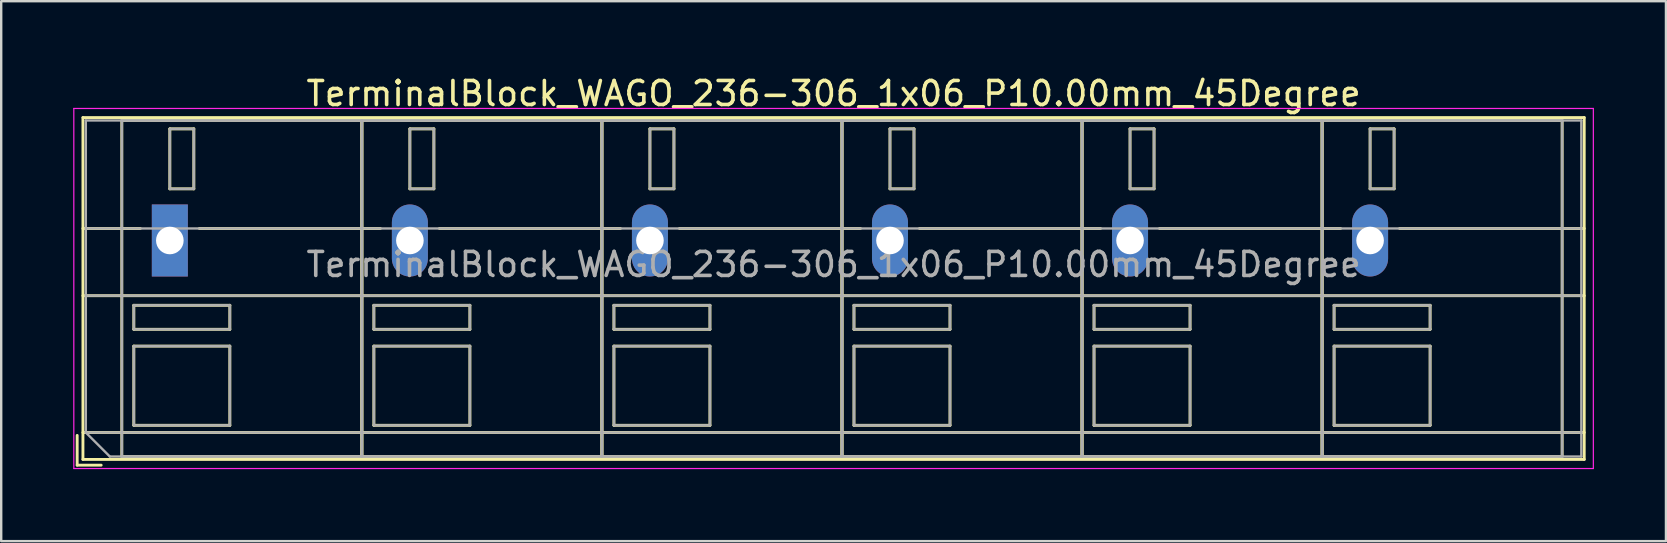
<source format=kicad_pcb>
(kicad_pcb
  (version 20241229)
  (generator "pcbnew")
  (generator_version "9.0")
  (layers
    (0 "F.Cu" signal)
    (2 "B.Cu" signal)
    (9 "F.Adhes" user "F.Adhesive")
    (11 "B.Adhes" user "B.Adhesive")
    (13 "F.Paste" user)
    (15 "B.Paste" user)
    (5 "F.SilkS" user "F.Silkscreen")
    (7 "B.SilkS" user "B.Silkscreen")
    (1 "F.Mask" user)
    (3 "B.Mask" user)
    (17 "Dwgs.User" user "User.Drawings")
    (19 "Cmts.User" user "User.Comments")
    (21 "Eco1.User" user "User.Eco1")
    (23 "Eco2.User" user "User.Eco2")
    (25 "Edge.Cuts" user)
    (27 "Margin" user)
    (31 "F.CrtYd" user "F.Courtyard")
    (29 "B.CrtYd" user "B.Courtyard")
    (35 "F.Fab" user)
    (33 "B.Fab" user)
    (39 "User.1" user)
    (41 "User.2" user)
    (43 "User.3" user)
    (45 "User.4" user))
  (footprint "TerminalBlock_WAGO_236-306_1x06_P10.00mm_45Degree"
    (layer "F.Cu")
    (at 4.025 6.968)
    (property "Reference" "TerminalBlock_WAGO_236-306_1x06_P10.00mm_45Degree" (at 27.65 -6.12 0) (layer "F.SilkS") (effects (font (size 1 1) (thickness 0.15))))
    (attr through_hole)
    (fp_line (start -3.86 8.12) (end -3.86 9.36) (stroke (width 0.12) (type solid)) (layer "F.SilkS"))
    (fp_line (start -3.86 9.36) (end -2.86 9.36) (stroke (width 0.12) (type solid)) (layer "F.SilkS"))
    (fp_line (start -3.62 -5.12) (end -3.62 9.12) (stroke (width 0.12) (type solid)) (layer "F.SilkS"))
    (fp_line (start -3.62 -5.12) (end 58.92 -5.12) (stroke (width 0.12) (type solid)) (layer "F.SilkS"))
    (fp_line (start -3.62 -0.5) (end -1.23 -0.5) (stroke (width 0.12) (type solid)) (layer "F.SilkS"))
    (fp_line (start -3.62 2.3) (end 58.92 2.3) (stroke (width 0.12) (type solid)) (layer "F.SilkS"))
    (fp_line (start -3.62 8) (end 58.92 8) (stroke (width 0.12) (type solid)) (layer "F.SilkS"))
    (fp_line (start -3.62 9.12) (end 58.92 9.12) (stroke (width 0.12) (type solid)) (layer "F.SilkS"))
    (fp_line (start -2 -5) (end -2 9) (stroke (width 0.12) (type solid)) (layer "F.SilkS"))
    (fp_line (start -2 -5) (end 8 -5) (stroke (width 0.12) (type solid)) (layer "F.SilkS"))
    (fp_line (start -2 9) (end 8 9) (stroke (width 0.12) (type solid)) (layer "F.SilkS"))
    (fp_line (start -1.5 2.7) (end -1.5 3.7) (stroke (width 0.12) (type solid)) (layer "F.SilkS"))
    (fp_line (start -1.5 2.7) (end 2.5 2.7) (stroke (width 0.12) (type solid)) (layer "F.SilkS"))
    (fp_line (start -1.5 3.7) (end 2.5 3.7) (stroke (width 0.12) (type solid)) (layer "F.SilkS"))
    (fp_line (start -1.5 4.4) (end -1.5 7.7) (stroke (width 0.12) (type solid)) (layer "F.SilkS"))
    (fp_line (start -1.5 4.4) (end 2.5 4.4) (stroke (width 0.12) (type solid)) (layer "F.SilkS"))
    (fp_line (start -1.5 7.7) (end 2.5 7.7) (stroke (width 0.12) (type solid)) (layer "F.SilkS"))
    (fp_line (start 0 -4.65) (end 0 -2.151) (stroke (width 0.12) (type solid)) (layer "F.SilkS"))
    (fp_line (start 0 -4.65) (end 1 -4.65) (stroke (width 0.12) (type solid)) (layer "F.SilkS"))
    (fp_line (start 0 -2.151) (end 1 -2.151) (stroke (width 0.12) (type solid)) (layer "F.SilkS"))
    (fp_line (start 1 -4.65) (end 1 -2.151) (stroke (width 0.12) (type solid)) (layer "F.SilkS"))
    (fp_line (start 1.23 -0.5) (end 8.77 -0.5) (stroke (width 0.12) (type solid)) (layer "F.SilkS"))
    (fp_line (start 2.5 2.7) (end 2.5 3.7) (stroke (width 0.12) (type solid)) (layer "F.SilkS"))
    (fp_line (start 2.5 4.4) (end 2.5 7.7) (stroke (width 0.12) (type solid)) (layer "F.SilkS"))
    (fp_line (start 8 -5) (end 8 9) (stroke (width 0.12) (type solid)) (layer "F.SilkS"))
    (fp_line (start 8 -5) (end 8 9) (stroke (width 0.12) (type solid)) (layer "F.SilkS"))
    (fp_line (start 8 -5) (end 18 -5) (stroke (width 0.12) (type solid)) (layer "F.SilkS"))
    (fp_line (start 8 9) (end 18 9) (stroke (width 0.12) (type solid)) (layer "F.SilkS"))
    (fp_line (start 8.5 2.7) (end 8.5 3.7) (stroke (width 0.12) (type solid)) (layer "F.SilkS"))
    (fp_line (start 8.5 2.7) (end 12.5 2.7) (stroke (width 0.12) (type solid)) (layer "F.SilkS"))
    (fp_line (start 8.5 3.7) (end 12.5 3.7) (stroke (width 0.12) (type solid)) (layer "F.SilkS"))
    (fp_line (start 8.5 4.4) (end 8.5 7.7) (stroke (width 0.12) (type solid)) (layer "F.SilkS"))
    (fp_line (start 8.5 4.4) (end 12.5 4.4) (stroke (width 0.12) (type solid)) (layer "F.SilkS"))
    (fp_line (start 8.5 7.7) (end 12.5 7.7) (stroke (width 0.12) (type solid)) (layer "F.SilkS"))
    (fp_line (start 10 -4.65) (end 10 -2.151) (stroke (width 0.12) (type solid)) (layer "F.SilkS"))
    (fp_line (start 10 -4.65) (end 11 -4.65) (stroke (width 0.12) (type solid)) (layer "F.SilkS"))
    (fp_line (start 10 -2.151) (end 11 -2.151) (stroke (width 0.12) (type solid)) (layer "F.SilkS"))
    (fp_line (start 11 -4.65) (end 11 -2.151) (stroke (width 0.12) (type solid)) (layer "F.SilkS"))
    (fp_line (start 11.23 -0.5) (end 18.77 -0.5) (stroke (width 0.12) (type solid)) (layer "F.SilkS"))
    (fp_line (start 12.5 2.7) (end 12.5 3.7) (stroke (width 0.12) (type solid)) (layer "F.SilkS"))
    (fp_line (start 12.5 4.4) (end 12.5 7.7) (stroke (width 0.12) (type solid)) (layer "F.SilkS"))
    (fp_line (start 18 -5) (end 18 9) (stroke (width 0.12) (type solid)) (layer "F.SilkS"))
    (fp_line (start 18 -5) (end 18 9) (stroke (width 0.12) (type solid)) (layer "F.SilkS"))
    (fp_line (start 18 -5) (end 28 -5) (stroke (width 0.12) (type solid)) (layer "F.SilkS"))
    (fp_line (start 18 9) (end 28 9) (stroke (width 0.12) (type solid)) (layer "F.SilkS"))
    (fp_line (start 18.5 2.7) (end 18.5 3.7) (stroke (width 0.12) (type solid)) (layer "F.SilkS"))
    (fp_line (start 18.5 2.7) (end 22.5 2.7) (stroke (width 0.12) (type solid)) (layer "F.SilkS"))
    (fp_line (start 18.5 3.7) (end 22.5 3.7) (stroke (width 0.12) (type solid)) (layer "F.SilkS"))
    (fp_line (start 18.5 4.4) (end 18.5 7.7) (stroke (width 0.12) (type solid)) (layer "F.SilkS"))
    (fp_line (start 18.5 4.4) (end 22.5 4.4) (stroke (width 0.12) (type solid)) (layer "F.SilkS"))
    (fp_line (start 18.5 7.7) (end 22.5 7.7) (stroke (width 0.12) (type solid)) (layer "F.SilkS"))
    (fp_line (start 20 -4.65) (end 20 -2.151) (stroke (width 0.12) (type solid)) (layer "F.SilkS"))
    (fp_line (start 20 -4.65) (end 21 -4.65) (stroke (width 0.12) (type solid)) (layer "F.SilkS"))
    (fp_line (start 20 -2.151) (end 21 -2.151) (stroke (width 0.12) (type solid)) (layer "F.SilkS"))
    (fp_line (start 21 -4.65) (end 21 -2.151) (stroke (width 0.12) (type solid)) (layer "F.SilkS"))
    (fp_line (start 21.23 -0.5) (end 28.77 -0.5) (stroke (width 0.12) (type solid)) (layer "F.SilkS"))
    (fp_line (start 22.5 2.7) (end 22.5 3.7) (stroke (width 0.12) (type solid)) (layer "F.SilkS"))
    (fp_line (start 22.5 4.4) (end 22.5 7.7) (stroke (width 0.12) (type solid)) (layer "F.SilkS"))
    (fp_line (start 28 -5) (end 28 9) (stroke (width 0.12) (type solid)) (layer "F.SilkS"))
    (fp_line (start 28 -5) (end 28 9) (stroke (width 0.12) (type solid)) (layer "F.SilkS"))
    (fp_line (start 28 -5) (end 38 -5) (stroke (width 0.12) (type solid)) (layer "F.SilkS"))
    (fp_line (start 28 9) (end 38 9) (stroke (width 0.12) (type solid)) (layer "F.SilkS"))
    (fp_line (start 28.5 2.7) (end 28.5 3.7) (stroke (width 0.12) (type solid)) (layer "F.SilkS"))
    (fp_line (start 28.5 2.7) (end 32.5 2.7) (stroke (width 0.12) (type solid)) (layer "F.SilkS"))
    (fp_line (start 28.5 3.7) (end 32.5 3.7) (stroke (width 0.12) (type solid)) (layer "F.SilkS"))
    (fp_line (start 28.5 4.4) (end 28.5 7.7) (stroke (width 0.12) (type solid)) (layer "F.SilkS"))
    (fp_line (start 28.5 4.4) (end 32.5 4.4) (stroke (width 0.12) (type solid)) (layer "F.SilkS"))
    (fp_line (start 28.5 7.7) (end 32.5 7.7) (stroke (width 0.12) (type solid)) (layer "F.SilkS"))
    (fp_line (start 30 -4.65) (end 30 -2.151) (stroke (width 0.12) (type solid)) (layer "F.SilkS"))
    (fp_line (start 30 -4.65) (end 31 -4.65) (stroke (width 0.12) (type solid)) (layer "F.SilkS"))
    (fp_line (start 30 -2.151) (end 31 -2.151) (stroke (width 0.12) (type solid)) (layer "F.SilkS"))
    (fp_line (start 31 -4.65) (end 31 -2.151) (stroke (width 0.12) (type solid)) (layer "F.SilkS"))
    (fp_line (start 31.23 -0.5) (end 38.77 -0.5) (stroke (width 0.12) (type solid)) (layer "F.SilkS"))
    (fp_line (start 32.5 2.7) (end 32.5 3.7) (stroke (width 0.12) (type solid)) (layer "F.SilkS"))
    (fp_line (start 32.5 4.4) (end 32.5 7.7) (stroke (width 0.12) (type solid)) (layer "F.SilkS"))
    (fp_line (start 38 -5) (end 38 9) (stroke (width 0.12) (type solid)) (layer "F.SilkS"))
    (fp_line (start 38 -5) (end 38 9) (stroke (width 0.12) (type solid)) (layer "F.SilkS"))
    (fp_line (start 38 -5) (end 48 -5) (stroke (width 0.12) (type solid)) (layer "F.SilkS"))
    (fp_line (start 38 9) (end 48 9) (stroke (width 0.12) (type solid)) (layer "F.SilkS"))
    (fp_line (start 38.5 2.7) (end 38.5 3.7) (stroke (width 0.12) (type solid)) (layer "F.SilkS"))
    (fp_line (start 38.5 2.7) (end 42.5 2.7) (stroke (width 0.12) (type solid)) (layer "F.SilkS"))
    (fp_line (start 38.5 3.7) (end 42.5 3.7) (stroke (width 0.12) (type solid)) (layer "F.SilkS"))
    (fp_line (start 38.5 4.4) (end 38.5 7.7) (stroke (width 0.12) (type solid)) (layer "F.SilkS"))
    (fp_line (start 38.5 4.4) (end 42.5 4.4) (stroke (width 0.12) (type solid)) (layer "F.SilkS"))
    (fp_line (start 38.5 7.7) (end 42.5 7.7) (stroke (width 0.12) (type solid)) (layer "F.SilkS"))
    (fp_line (start 40 -4.65) (end 40 -2.151) (stroke (width 0.12) (type solid)) (layer "F.SilkS"))
    (fp_line (start 40 -4.65) (end 41 -4.65) (stroke (width 0.12) (type solid)) (layer "F.SilkS"))
    (fp_line (start 40 -2.151) (end 41 -2.151) (stroke (width 0.12) (type solid)) (layer "F.SilkS"))
    (fp_line (start 41 -4.65) (end 41 -2.151) (stroke (width 0.12) (type solid)) (layer "F.SilkS"))
    (fp_line (start 41.23 -0.5) (end 48.77 -0.5) (stroke (width 0.12) (type solid)) (layer "F.SilkS"))
    (fp_line (start 42.5 2.7) (end 42.5 3.7) (stroke (width 0.12) (type solid)) (layer "F.SilkS"))
    (fp_line (start 42.5 4.4) (end 42.5 7.7) (stroke (width 0.12) (type solid)) (layer "F.SilkS"))
    (fp_line (start 48 -5) (end 48 9) (stroke (width 0.12) (type solid)) (layer "F.SilkS"))
    (fp_line (start 48 -5) (end 48 9) (stroke (width 0.12) (type solid)) (layer "F.SilkS"))
    (fp_line (start 48 -5) (end 58 -5) (stroke (width 0.12) (type solid)) (layer "F.SilkS"))
    (fp_line (start 48 9) (end 58 9) (stroke (width 0.12) (type solid)) (layer "F.SilkS"))
    (fp_line (start 48.5 2.7) (end 48.5 3.7) (stroke (width 0.12) (type solid)) (layer "F.SilkS"))
    (fp_line (start 48.5 2.7) (end 52.5 2.7) (stroke (width 0.12) (type solid)) (layer "F.SilkS"))
    (fp_line (start 48.5 3.7) (end 52.5 3.7) (stroke (width 0.12) (type solid)) (layer "F.SilkS"))
    (fp_line (start 48.5 4.4) (end 48.5 7.7) (stroke (width 0.12) (type solid)) (layer "F.SilkS"))
    (fp_line (start 48.5 4.4) (end 52.5 4.4) (stroke (width 0.12) (type solid)) (layer "F.SilkS"))
    (fp_line (start 48.5 7.7) (end 52.5 7.7) (stroke (width 0.12) (type solid)) (layer "F.SilkS"))
    (fp_line (start 50 -4.65) (end 50 -2.151) (stroke (width 0.12) (type solid)) (layer "F.SilkS"))
    (fp_line (start 50 -4.65) (end 51 -4.65) (stroke (width 0.12) (type solid)) (layer "F.SilkS"))
    (fp_line (start 50 -2.151) (end 51 -2.151) (stroke (width 0.12) (type solid)) (layer "F.SilkS"))
    (fp_line (start 51 -4.65) (end 51 -2.151) (stroke (width 0.12) (type solid)) (layer "F.SilkS"))
    (fp_line (start 51.23 -0.5) (end 58.92 -0.5) (stroke (width 0.12) (type solid)) (layer "F.SilkS"))
    (fp_line (start 52.5 2.7) (end 52.5 3.7) (stroke (width 0.12) (type solid)) (layer "F.SilkS"))
    (fp_line (start 52.5 4.4) (end 52.5 7.7) (stroke (width 0.12) (type solid)) (layer "F.SilkS"))
    (fp_line (start 58 -5) (end 58 9) (stroke (width 0.12) (type solid)) (layer "F.SilkS"))
    (fp_line (start 58.92 -5.12) (end 58.92 9.12) (stroke (width 0.12) (type solid)) (layer "F.SilkS"))
    (fp_line (start -4 -5.5) (end -4 9.5) (stroke (width 0.05) (type solid)) (layer "F.CrtYd"))
    (fp_line (start -4 9.5) (end 59.3 9.5) (stroke (width 0.05) (type solid)) (layer "F.CrtYd"))
    (fp_line (start 59.3 -5.5) (end -4 -5.5) (stroke (width 0.05) (type solid)) (layer "F.CrtYd"))
    (fp_line (start 59.3 9.5) (end 59.3 -5.5) (stroke (width 0.05) (type solid)) (layer "F.CrtYd"))
    (fp_line (start -3.5 -5) (end 58.8 -5) (stroke (width 0.1) (type solid)) (layer "F.Fab"))
    (fp_line (start -3.5 -0.5) (end 58.8 -0.5) (stroke (width 0.1) (type solid)) (layer "F.Fab"))
    (fp_line (start -3.5 2.3) (end 58.8 2.3) (stroke (width 0.1) (type solid)) (layer "F.Fab"))
    (fp_line (start -3.5 8) (end -3.5 -5) (stroke (width 0.1) (type solid)) (layer "F.Fab"))
    (fp_line (start -3.5 8) (end 58.8 8) (stroke (width 0.1) (type solid)) (layer "F.Fab"))
    (fp_line (start -2.5 9) (end -3.5 8) (stroke (width 0.1) (type solid)) (layer "F.Fab"))
    (fp_line (start -2 -5) (end -2 9) (stroke (width 0.1) (type solid)) (layer "F.Fab"))
    (fp_line (start -2 9) (end 8 9) (stroke (width 0.1) (type solid)) (layer "F.Fab"))
    (fp_line (start -1.5 2.7) (end -1.5 3.7) (stroke (width 0.1) (type solid)) (layer "F.Fab"))
    (fp_line (start -1.5 3.7) (end 2.5 3.7) (stroke (width 0.1) (type solid)) (layer "F.Fab"))
    (fp_line (start -1.5 4.4) (end -1.5 7.7) (stroke (width 0.1) (type solid)) (layer "F.Fab"))
    (fp_line (start -1.5 7.7) (end 2.5 7.7) (stroke (width 0.1) (type solid)) (layer "F.Fab"))
    (fp_line (start 0 -4.65) (end 0 -2.15) (stroke (width 0.1) (type solid)) (layer "F.Fab"))
    (fp_line (start 0 -2.15) (end 1 -2.15) (stroke (width 0.1) (type solid)) (layer "F.Fab"))
    (fp_line (start 1 -4.65) (end 0 -4.65) (stroke (width 0.1) (type solid)) (layer "F.Fab"))
    (fp_line (start 1 -2.15) (end 1 -4.65) (stroke (width 0.1) (type solid)) (layer "F.Fab"))
    (fp_line (start 2.5 2.7) (end -1.5 2.7) (stroke (width 0.1) (type solid)) (layer "F.Fab"))
    (fp_line (start 2.5 3.7) (end 2.5 2.7) (stroke (width 0.1) (type solid)) (layer "F.Fab"))
    (fp_line (start 2.5 4.4) (end -1.5 4.4) (stroke (width 0.1) (type solid)) (layer "F.Fab"))
    (fp_line (start 2.5 7.7) (end 2.5 4.4) (stroke (width 0.1) (type solid)) (layer "F.Fab"))
    (fp_line (start 8 -5) (end -2 -5) (stroke (width 0.1) (type solid)) (layer "F.Fab"))
    (fp_line (start 8 -5) (end 8 9) (stroke (width 0.1) (type solid)) (layer "F.Fab"))
    (fp_line (start 8 9) (end 8 -5) (stroke (width 0.1) (type solid)) (layer "F.Fab"))
    (fp_line (start 8 9) (end 18 9) (stroke (width 0.1) (type solid)) (layer "F.Fab"))
    (fp_line (start 8.5 2.7) (end 8.5 3.7) (stroke (width 0.1) (type solid)) (layer "F.Fab"))
    (fp_line (start 8.5 3.7) (end 12.5 3.7) (stroke (width 0.1) (type solid)) (layer "F.Fab"))
    (fp_line (start 8.5 4.4) (end 8.5 7.7) (stroke (width 0.1) (type solid)) (layer "F.Fab"))
    (fp_line (start 8.5 7.7) (end 12.5 7.7) (stroke (width 0.1) (type solid)) (layer "F.Fab"))
    (fp_line (start 10 -4.65) (end 10 -2.15) (stroke (width 0.1) (type solid)) (layer "F.Fab"))
    (fp_line (start 10 -2.15) (end 11 -2.15) (stroke (width 0.1) (type solid)) (layer "F.Fab"))
    (fp_line (start 11 -4.65) (end 10 -4.65) (stroke (width 0.1) (type solid)) (layer "F.Fab"))
    (fp_line (start 11 -2.15) (end 11 -4.65) (stroke (width 0.1) (type solid)) (layer "F.Fab"))
    (fp_line (start 12.5 2.7) (end 8.5 2.7) (stroke (width 0.1) (type solid)) (layer "F.Fab"))
    (fp_line (start 12.5 3.7) (end 12.5 2.7) (stroke (width 0.1) (type solid)) (layer "F.Fab"))
    (fp_line (start 12.5 4.4) (end 8.5 4.4) (stroke (width 0.1) (type solid)) (layer "F.Fab"))
    (fp_line (start 12.5 7.7) (end 12.5 4.4) (stroke (width 0.1) (type solid)) (layer "F.Fab"))
    (fp_line (start 18 -5) (end 8 -5) (stroke (width 0.1) (type solid)) (layer "F.Fab"))
    (fp_line (start 18 -5) (end 18 9) (stroke (width 0.1) (type solid)) (layer "F.Fab"))
    (fp_line (start 18 9) (end 18 -5) (stroke (width 0.1) (type solid)) (layer "F.Fab"))
    (fp_line (start 18 9) (end 28 9) (stroke (width 0.1) (type solid)) (layer "F.Fab"))
    (fp_line (start 18.5 2.7) (end 18.5 3.7) (stroke (width 0.1) (type solid)) (layer "F.Fab"))
    (fp_line (start 18.5 3.7) (end 22.5 3.7) (stroke (width 0.1) (type solid)) (layer "F.Fab"))
    (fp_line (start 18.5 4.4) (end 18.5 7.7) (stroke (width 0.1) (type solid)) (layer "F.Fab"))
    (fp_line (start 18.5 7.7) (end 22.5 7.7) (stroke (width 0.1) (type solid)) (layer "F.Fab"))
    (fp_line (start 20 -4.65) (end 20 -2.15) (stroke (width 0.1) (type solid)) (layer "F.Fab"))
    (fp_line (start 20 -2.15) (end 21 -2.15) (stroke (width 0.1) (type solid)) (layer "F.Fab"))
    (fp_line (start 21 -4.65) (end 20 -4.65) (stroke (width 0.1) (type solid)) (layer "F.Fab"))
    (fp_line (start 21 -2.15) (end 21 -4.65) (stroke (width 0.1) (type solid)) (layer "F.Fab"))
    (fp_line (start 22.5 2.7) (end 18.5 2.7) (stroke (width 0.1) (type solid)) (layer "F.Fab"))
    (fp_line (start 22.5 3.7) (end 22.5 2.7) (stroke (width 0.1) (type solid)) (layer "F.Fab"))
    (fp_line (start 22.5 4.4) (end 18.5 4.4) (stroke (width 0.1) (type solid)) (layer "F.Fab"))
    (fp_line (start 22.5 7.7) (end 22.5 4.4) (stroke (width 0.1) (type solid)) (layer "F.Fab"))
    (fp_line (start 28 -5) (end 18 -5) (stroke (width 0.1) (type solid)) (layer "F.Fab"))
    (fp_line (start 28 -5) (end 28 9) (stroke (width 0.1) (type solid)) (layer "F.Fab"))
    (fp_line (start 28 9) (end 28 -5) (stroke (width 0.1) (type solid)) (layer "F.Fab"))
    (fp_line (start 28 9) (end 38 9) (stroke (width 0.1) (type solid)) (layer "F.Fab"))
    (fp_line (start 28.5 2.7) (end 28.5 3.7) (stroke (width 0.1) (type solid)) (layer "F.Fab"))
    (fp_line (start 28.5 3.7) (end 32.5 3.7) (stroke (width 0.1) (type solid)) (layer "F.Fab"))
    (fp_line (start 28.5 4.4) (end 28.5 7.7) (stroke (width 0.1) (type solid)) (layer "F.Fab"))
    (fp_line (start 28.5 7.7) (end 32.5 7.7) (stroke (width 0.1) (type solid)) (layer "F.Fab"))
    (fp_line (start 30 -4.65) (end 30 -2.15) (stroke (width 0.1) (type solid)) (layer "F.Fab"))
    (fp_line (start 30 -2.15) (end 31 -2.15) (stroke (width 0.1) (type solid)) (layer "F.Fab"))
    (fp_line (start 31 -4.65) (end 30 -4.65) (stroke (width 0.1) (type solid)) (layer "F.Fab"))
    (fp_line (start 31 -2.15) (end 31 -4.65) (stroke (width 0.1) (type solid)) (layer "F.Fab"))
    (fp_line (start 32.5 2.7) (end 28.5 2.7) (stroke (width 0.1) (type solid)) (layer "F.Fab"))
    (fp_line (start 32.5 3.7) (end 32.5 2.7) (stroke (width 0.1) (type solid)) (layer "F.Fab"))
    (fp_line (start 32.5 4.4) (end 28.5 4.4) (stroke (width 0.1) (type solid)) (layer "F.Fab"))
    (fp_line (start 32.5 7.7) (end 32.5 4.4) (stroke (width 0.1) (type solid)) (layer "F.Fab"))
    (fp_line (start 38 -5) (end 28 -5) (stroke (width 0.1) (type solid)) (layer "F.Fab"))
    (fp_line (start 38 -5) (end 38 9) (stroke (width 0.1) (type solid)) (layer "F.Fab"))
    (fp_line (start 38 9) (end 38 -5) (stroke (width 0.1) (type solid)) (layer "F.Fab"))
    (fp_line (start 38 9) (end 48 9) (stroke (width 0.1) (type solid)) (layer "F.Fab"))
    (fp_line (start 38.5 2.7) (end 38.5 3.7) (stroke (width 0.1) (type solid)) (layer "F.Fab"))
    (fp_line (start 38.5 3.7) (end 42.5 3.7) (stroke (width 0.1) (type solid)) (layer "F.Fab"))
    (fp_line (start 38.5 4.4) (end 38.5 7.7) (stroke (width 0.1) (type solid)) (layer "F.Fab"))
    (fp_line (start 38.5 7.7) (end 42.5 7.7) (stroke (width 0.1) (type solid)) (layer "F.Fab"))
    (fp_line (start 40 -4.65) (end 40 -2.15) (stroke (width 0.1) (type solid)) (layer "F.Fab"))
    (fp_line (start 40 -2.15) (end 41 -2.15) (stroke (width 0.1) (type solid)) (layer "F.Fab"))
    (fp_line (start 41 -4.65) (end 40 -4.65) (stroke (width 0.1) (type solid)) (layer "F.Fab"))
    (fp_line (start 41 -2.15) (end 41 -4.65) (stroke (width 0.1) (type solid)) (layer "F.Fab"))
    (fp_line (start 42.5 2.7) (end 38.5 2.7) (stroke (width 0.1) (type solid)) (layer "F.Fab"))
    (fp_line (start 42.5 3.7) (end 42.5 2.7) (stroke (width 0.1) (type solid)) (layer "F.Fab"))
    (fp_line (start 42.5 4.4) (end 38.5 4.4) (stroke (width 0.1) (type solid)) (layer "F.Fab"))
    (fp_line (start 42.5 7.7) (end 42.5 4.4) (stroke (width 0.1) (type solid)) (layer "F.Fab"))
    (fp_line (start 48 -5) (end 38 -5) (stroke (width 0.1) (type solid)) (layer "F.Fab"))
    (fp_line (start 48 -5) (end 48 9) (stroke (width 0.1) (type solid)) (layer "F.Fab"))
    (fp_line (start 48 9) (end 48 -5) (stroke (width 0.1) (type solid)) (layer "F.Fab"))
    (fp_line (start 48 9) (end 58 9) (stroke (width 0.1) (type solid)) (layer "F.Fab"))
    (fp_line (start 48.5 2.7) (end 48.5 3.7) (stroke (width 0.1) (type solid)) (layer "F.Fab"))
    (fp_line (start 48.5 3.7) (end 52.5 3.7) (stroke (width 0.1) (type solid)) (layer "F.Fab"))
    (fp_line (start 48.5 4.4) (end 48.5 7.7) (stroke (width 0.1) (type solid)) (layer "F.Fab"))
    (fp_line (start 48.5 7.7) (end 52.5 7.7) (stroke (width 0.1) (type solid)) (layer "F.Fab"))
    (fp_line (start 50 -4.65) (end 50 -2.15) (stroke (width 0.1) (type solid)) (layer "F.Fab"))
    (fp_line (start 50 -2.15) (end 51 -2.15) (stroke (width 0.1) (type solid)) (layer "F.Fab"))
    (fp_line (start 51 -4.65) (end 50 -4.65) (stroke (width 0.1) (type solid)) (layer "F.Fab"))
    (fp_line (start 51 -2.15) (end 51 -4.65) (stroke (width 0.1) (type solid)) (layer "F.Fab"))
    (fp_line (start 52.5 2.7) (end 48.5 2.7) (stroke (width 0.1) (type solid)) (layer "F.Fab"))
    (fp_line (start 52.5 3.7) (end 52.5 2.7) (stroke (width 0.1) (type solid)) (layer "F.Fab"))
    (fp_line (start 52.5 4.4) (end 48.5 4.4) (stroke (width 0.1) (type solid)) (layer "F.Fab"))
    (fp_line (start 52.5 7.7) (end 52.5 4.4) (stroke (width 0.1) (type solid)) (layer "F.Fab"))
    (fp_line (start 58 -5) (end 48 -5) (stroke (width 0.1) (type solid)) (layer "F.Fab"))
    (fp_line (start 58 9) (end 58 -5) (stroke (width 0.1) (type solid)) (layer "F.Fab"))
    (fp_line (start 58.8 -5) (end 58.8 9) (stroke (width 0.1) (type solid)) (layer "F.Fab"))
    (fp_line (start 58.8 9) (end -2.5 9) (stroke (width 0.1) (type solid)) (layer "F.Fab"))
    (fp_text user "${REFERENCE}" (at 27.65 1 0) (layer "F.Fab") (effects (font (size 1 1) (thickness 0.15))))
    (pad "1" thru_hole rect (at 0 0) (size 1.5 3) (drill 1.15) (layers "*.Cu" "*.Mask"))
    (pad "2" thru_hole oval (at 10 0) (size 1.5 3) (drill 1.15) (layers "*.Cu" "*.Mask"))
    (pad "3" thru_hole oval (at 20 0) (size 1.5 3) (drill 1.15) (layers "*.Cu" "*.Mask"))
    (pad "4" thru_hole oval (at 30 0) (size 1.5 3) (drill 1.15) (layers "*.Cu" "*.Mask"))
    (pad "5" thru_hole oval (at 40 0) (size 1.5 3) (drill 1.15) (layers "*.Cu" "*.Mask"))
    (pad "6" thru_hole oval (at 50 0) (size 1.5 3) (drill 1.15) (layers "*.Cu" "*.Mask")))
  (gr_rect
    (start -3 -3)
    (end 66.35 19.493)
    (stroke (width 0.1) (type default))
    (fill no)
    (layer "Edge.Cuts")))
</source>
